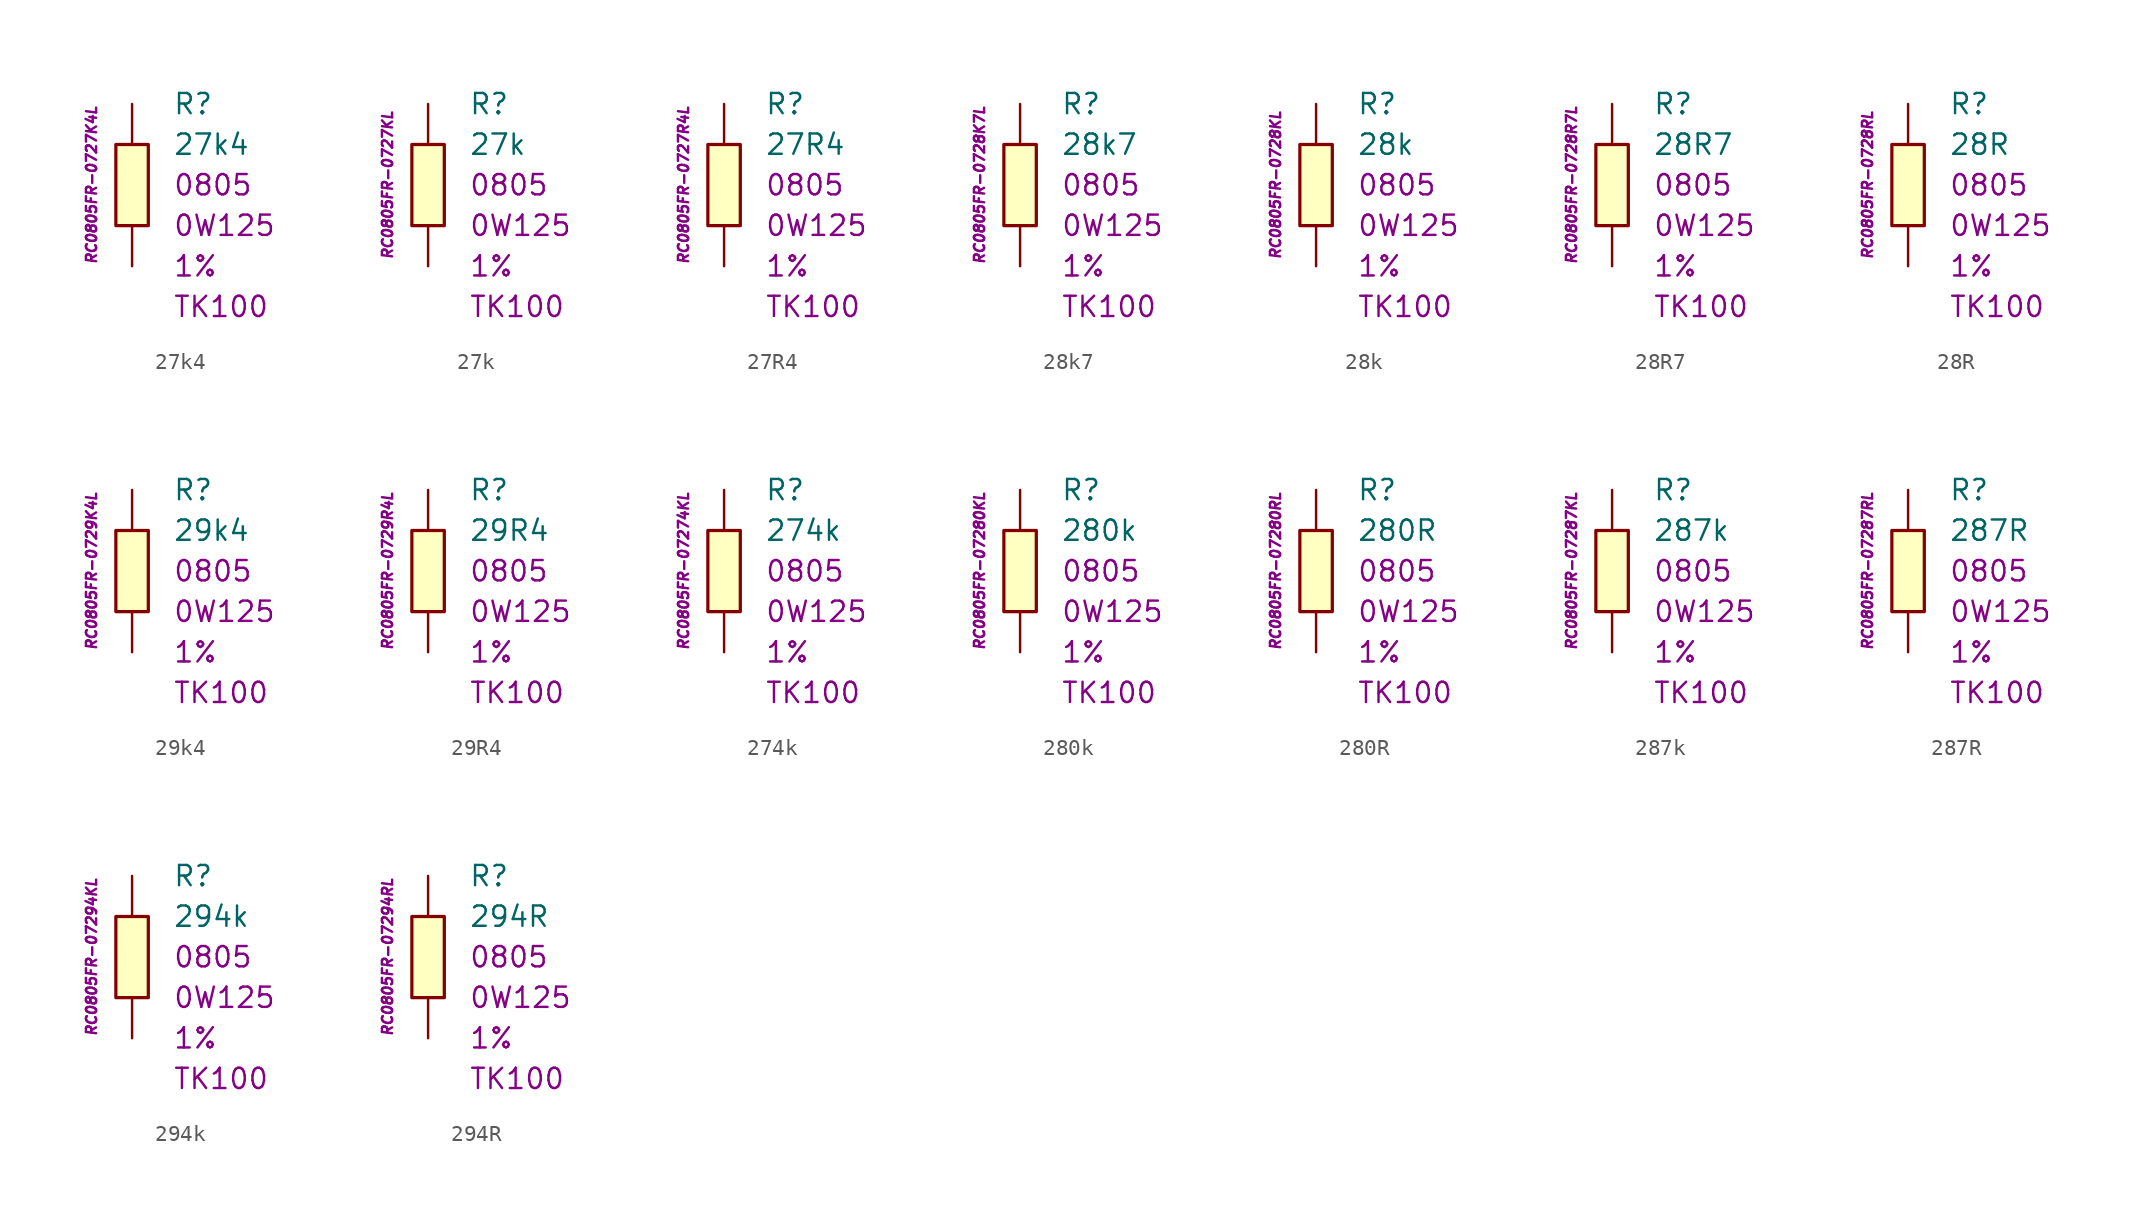
<source format=kicad_sym>
(kicad_symbol_lib
  (version 20201005)
  (generator kicad_symbol_editor)
  (symbol "27k4"
    (pin_numbers hide)
    (pin_names
      (offset 1.016) hide)
    (property "Reference" "R"
      (at 2.54 5.08 0)
      (effects (font (size 1.27 1.27)) (justify left)))
    (property "Value" "27k4"
      (at 2.54 2.54 0)
      (effects (font (size 1.27 1.27)) (justify left)))
    (property "Package" "0805"
      (at 2.54 0 0)
      (effects (font (size 1.27 1.27)) (justify left)))
    (property "Power" "0W125"
      (at 2.54 -2.54 0)
      (effects (font (size 1.27 1.27)) (justify left)))
    (property "Tolerance" "1%"
      (at 2.54 -5.08 0)
      (effects (font (size 1.27 1.27)) (justify left)))
    (property "TK" "TK100"
      (at 2.54 -7.62 0)
      (effects (font (size 1.27 1.27)) (justify left)))
    (property "ID" "RC0805FR-0727K4L"
      (at -2.54 0 90)
      (effects (font (size 0.635 0.635) italic)))
    (symbol "27k4_0_1"
      (rectangle (start -1.016 2.54) (end 1.016 -2.54) (stroke (width 0.203)) (fill (type background))))
    (symbol "27k4_1_1"
      (pin passive line (at 0 5.08 270) (length 2.54) (name "~" (effects (font (size 1.778 1.778)))) (number "1" (effects (font (size 1.778 1.778)))))
      (pin passive line (at 0 -5.08 90) (length 2.54) (name "~" (effects (font (size 1.778 1.778)))) (number "2" (effects (font (size 1.778 1.778)))))))
  (symbol "27k"
    (pin_numbers hide)
    (pin_names
      (offset 1.016) hide)
    (property "Reference" "R"
      (at 2.54 5.08 0)
      (effects (font (size 1.27 1.27)) (justify left)))
    (property "Value" "27k"
      (at 2.54 2.54 0)
      (effects (font (size 1.27 1.27)) (justify left)))
    (property "Package" "0805"
      (at 2.54 0 0)
      (effects (font (size 1.27 1.27)) (justify left)))
    (property "Power" "0W125"
      (at 2.54 -2.54 0)
      (effects (font (size 1.27 1.27)) (justify left)))
    (property "Tolerance" "1%"
      (at 2.54 -5.08 0)
      (effects (font (size 1.27 1.27)) (justify left)))
    (property "TK" "TK100"
      (at 2.54 -7.62 0)
      (effects (font (size 1.27 1.27)) (justify left)))
    (property "ID" "RC0805FR-0727KL"
      (at -2.54 0 90)
      (effects (font (size 0.635 0.635) italic)))
    (symbol "27k_0_1"
      (rectangle (start -1.016 2.54) (end 1.016 -2.54) (stroke (width 0.203)) (fill (type background))))
    (symbol "27k_1_1"
      (pin passive line (at 0 5.08 270) (length 2.54) (name "~" (effects (font (size 1.778 1.778)))) (number "1" (effects (font (size 1.778 1.778)))))
      (pin passive line (at 0 -5.08 90) (length 2.54) (name "~" (effects (font (size 1.778 1.778)))) (number "2" (effects (font (size 1.778 1.778)))))))
  (symbol "27R4"
    (pin_numbers hide)
    (pin_names
      (offset 1.016) hide)
    (property "Reference" "R"
      (at 2.54 5.08 0)
      (effects (font (size 1.27 1.27)) (justify left)))
    (property "Value" "27R4"
      (at 2.54 2.54 0)
      (effects (font (size 1.27 1.27)) (justify left)))
    (property "Package" "0805"
      (at 2.54 0 0)
      (effects (font (size 1.27 1.27)) (justify left)))
    (property "Power" "0W125"
      (at 2.54 -2.54 0)
      (effects (font (size 1.27 1.27)) (justify left)))
    (property "Tolerance" "1%"
      (at 2.54 -5.08 0)
      (effects (font (size 1.27 1.27)) (justify left)))
    (property "TK" "TK100"
      (at 2.54 -7.62 0)
      (effects (font (size 1.27 1.27)) (justify left)))
    (property "ID" "RC0805FR-0727R4L"
      (at -2.54 0 90)
      (effects (font (size 0.635 0.635) italic)))
    (symbol "27R4_0_1"
      (rectangle (start -1.016 2.54) (end 1.016 -2.54) (stroke (width 0.203)) (fill (type background))))
    (symbol "27R4_1_1"
      (pin passive line (at 0 5.08 270) (length 2.54) (name "~" (effects (font (size 1.778 1.778)))) (number "1" (effects (font (size 1.778 1.778)))))
      (pin passive line (at 0 -5.08 90) (length 2.54) (name "~" (effects (font (size 1.778 1.778)))) (number "2" (effects (font (size 1.778 1.778)))))))
  (symbol "28k7"
    (pin_numbers hide)
    (pin_names
      (offset 1.016) hide)
    (property "Reference" "R"
      (at 2.54 5.08 0)
      (effects (font (size 1.27 1.27)) (justify left)))
    (property "Value" "28k7"
      (at 2.54 2.54 0)
      (effects (font (size 1.27 1.27)) (justify left)))
    (property "Package" "0805"
      (at 2.54 0 0)
      (effects (font (size 1.27 1.27)) (justify left)))
    (property "Power" "0W125"
      (at 2.54 -2.54 0)
      (effects (font (size 1.27 1.27)) (justify left)))
    (property "Tolerance" "1%"
      (at 2.54 -5.08 0)
      (effects (font (size 1.27 1.27)) (justify left)))
    (property "TK" "TK100"
      (at 2.54 -7.62 0)
      (effects (font (size 1.27 1.27)) (justify left)))
    (property "ID" "RC0805FR-0728K7L"
      (at -2.54 0 90)
      (effects (font (size 0.635 0.635) italic)))
    (symbol "28k7_0_1"
      (rectangle (start -1.016 2.54) (end 1.016 -2.54) (stroke (width 0.203)) (fill (type background))))
    (symbol "28k7_1_1"
      (pin passive line (at 0 5.08 270) (length 2.54) (name "~" (effects (font (size 1.778 1.778)))) (number "1" (effects (font (size 1.778 1.778)))))
      (pin passive line (at 0 -5.08 90) (length 2.54) (name "~" (effects (font (size 1.778 1.778)))) (number "2" (effects (font (size 1.778 1.778)))))))
  (symbol "28k"
    (pin_numbers hide)
    (pin_names
      (offset 1.016) hide)
    (property "Reference" "R"
      (at 2.54 5.08 0)
      (effects (font (size 1.27 1.27)) (justify left)))
    (property "Value" "28k"
      (at 2.54 2.54 0)
      (effects (font (size 1.27 1.27)) (justify left)))
    (property "Package" "0805"
      (at 2.54 0 0)
      (effects (font (size 1.27 1.27)) (justify left)))
    (property "Power" "0W125"
      (at 2.54 -2.54 0)
      (effects (font (size 1.27 1.27)) (justify left)))
    (property "Tolerance" "1%"
      (at 2.54 -5.08 0)
      (effects (font (size 1.27 1.27)) (justify left)))
    (property "TK" "TK100"
      (at 2.54 -7.62 0)
      (effects (font (size 1.27 1.27)) (justify left)))
    (property "ID" "RC0805FR-0728KL"
      (at -2.54 0 90)
      (effects (font (size 0.635 0.635) italic)))
    (symbol "28k_0_1"
      (rectangle (start -1.016 2.54) (end 1.016 -2.54) (stroke (width 0.203)) (fill (type background))))
    (symbol "28k_1_1"
      (pin passive line (at 0 5.08 270) (length 2.54) (name "~" (effects (font (size 1.778 1.778)))) (number "1" (effects (font (size 1.778 1.778)))))
      (pin passive line (at 0 -5.08 90) (length 2.54) (name "~" (effects (font (size 1.778 1.778)))) (number "2" (effects (font (size 1.778 1.778)))))))
  (symbol "28R7"
    (pin_numbers hide)
    (pin_names
      (offset 1.016) hide)
    (property "Reference" "R"
      (at 2.54 5.08 0)
      (effects (font (size 1.27 1.27)) (justify left)))
    (property "Value" "28R7"
      (at 2.54 2.54 0)
      (effects (font (size 1.27 1.27)) (justify left)))
    (property "Package" "0805"
      (at 2.54 0 0)
      (effects (font (size 1.27 1.27)) (justify left)))
    (property "Power" "0W125"
      (at 2.54 -2.54 0)
      (effects (font (size 1.27 1.27)) (justify left)))
    (property "Tolerance" "1%"
      (at 2.54 -5.08 0)
      (effects (font (size 1.27 1.27)) (justify left)))
    (property "TK" "TK100"
      (at 2.54 -7.62 0)
      (effects (font (size 1.27 1.27)) (justify left)))
    (property "ID" "RC0805FR-0728R7L"
      (at -2.54 0 90)
      (effects (font (size 0.635 0.635) italic)))
    (symbol "28R7_0_1"
      (rectangle (start -1.016 2.54) (end 1.016 -2.54) (stroke (width 0.203)) (fill (type background))))
    (symbol "28R7_1_1"
      (pin passive line (at 0 5.08 270) (length 2.54) (name "~" (effects (font (size 1.778 1.778)))) (number "1" (effects (font (size 1.778 1.778)))))
      (pin passive line (at 0 -5.08 90) (length 2.54) (name "~" (effects (font (size 1.778 1.778)))) (number "2" (effects (font (size 1.778 1.778)))))))
  (symbol "28R"
    (pin_numbers hide)
    (pin_names
      (offset 1.016) hide)
    (property "Reference" "R"
      (at 2.54 5.08 0)
      (effects (font (size 1.27 1.27)) (justify left)))
    (property "Value" "28R"
      (at 2.54 2.54 0)
      (effects (font (size 1.27 1.27)) (justify left)))
    (property "Package" "0805"
      (at 2.54 0 0)
      (effects (font (size 1.27 1.27)) (justify left)))
    (property "Power" "0W125"
      (at 2.54 -2.54 0)
      (effects (font (size 1.27 1.27)) (justify left)))
    (property "Tolerance" "1%"
      (at 2.54 -5.08 0)
      (effects (font (size 1.27 1.27)) (justify left)))
    (property "TK" "TK100"
      (at 2.54 -7.62 0)
      (effects (font (size 1.27 1.27)) (justify left)))
    (property "ID" "RC0805FR-0728RL"
      (at -2.54 0 90)
      (effects (font (size 0.635 0.635) italic)))
    (symbol "28R_0_1"
      (rectangle (start -1.016 2.54) (end 1.016 -2.54) (stroke (width 0.203)) (fill (type background))))
    (symbol "28R_1_1"
      (pin passive line (at 0 5.08 270) (length 2.54) (name "~" (effects (font (size 1.778 1.778)))) (number "1" (effects (font (size 1.778 1.778)))))
      (pin passive line (at 0 -5.08 90) (length 2.54) (name "~" (effects (font (size 1.778 1.778)))) (number "2" (effects (font (size 1.778 1.778)))))))
  (symbol "29k4"
    (pin_numbers hide)
    (pin_names
      (offset 1.016) hide)
    (property "Reference" "R"
      (at 2.54 5.08 0)
      (effects (font (size 1.27 1.27)) (justify left)))
    (property "Value" "29k4"
      (at 2.54 2.54 0)
      (effects (font (size 1.27 1.27)) (justify left)))
    (property "Package" "0805"
      (at 2.54 0 0)
      (effects (font (size 1.27 1.27)) (justify left)))
    (property "Power" "0W125"
      (at 2.54 -2.54 0)
      (effects (font (size 1.27 1.27)) (justify left)))
    (property "Tolerance" "1%"
      (at 2.54 -5.08 0)
      (effects (font (size 1.27 1.27)) (justify left)))
    (property "TK" "TK100"
      (at 2.54 -7.62 0)
      (effects (font (size 1.27 1.27)) (justify left)))
    (property "ID" "RC0805FR-0729K4L"
      (at -2.54 0 90)
      (effects (font (size 0.635 0.635) italic)))
    (symbol "29k4_0_1"
      (rectangle (start -1.016 2.54) (end 1.016 -2.54) (stroke (width 0.203)) (fill (type background))))
    (symbol "29k4_1_1"
      (pin passive line (at 0 5.08 270) (length 2.54) (name "~" (effects (font (size 1.778 1.778)))) (number "1" (effects (font (size 1.778 1.778)))))
      (pin passive line (at 0 -5.08 90) (length 2.54) (name "~" (effects (font (size 1.778 1.778)))) (number "2" (effects (font (size 1.778 1.778)))))))
  (symbol "29R4"
    (pin_numbers hide)
    (pin_names
      (offset 1.016) hide)
    (property "Reference" "R"
      (at 2.54 5.08 0)
      (effects (font (size 1.27 1.27)) (justify left)))
    (property "Value" "29R4"
      (at 2.54 2.54 0)
      (effects (font (size 1.27 1.27)) (justify left)))
    (property "Package" "0805"
      (at 2.54 0 0)
      (effects (font (size 1.27 1.27)) (justify left)))
    (property "Power" "0W125"
      (at 2.54 -2.54 0)
      (effects (font (size 1.27 1.27)) (justify left)))
    (property "Tolerance" "1%"
      (at 2.54 -5.08 0)
      (effects (font (size 1.27 1.27)) (justify left)))
    (property "TK" "TK100"
      (at 2.54 -7.62 0)
      (effects (font (size 1.27 1.27)) (justify left)))
    (property "ID" "RC0805FR-0729R4L"
      (at -2.54 0 90)
      (effects (font (size 0.635 0.635) italic)))
    (symbol "29R4_0_1"
      (rectangle (start -1.016 2.54) (end 1.016 -2.54) (stroke (width 0.203)) (fill (type background))))
    (symbol "29R4_1_1"
      (pin passive line (at 0 5.08 270) (length 2.54) (name "~" (effects (font (size 1.778 1.778)))) (number "1" (effects (font (size 1.778 1.778)))))
      (pin passive line (at 0 -5.08 90) (length 2.54) (name "~" (effects (font (size 1.778 1.778)))) (number "2" (effects (font (size 1.778 1.778)))))))
  (symbol "274k"
    (pin_numbers hide)
    (pin_names
      (offset 1.016) hide)
    (property "Reference" "R"
      (at 2.54 5.08 0)
      (effects (font (size 1.27 1.27)) (justify left)))
    (property "Value" "274k"
      (at 2.54 2.54 0)
      (effects (font (size 1.27 1.27)) (justify left)))
    (property "Package" "0805"
      (at 2.54 0 0)
      (effects (font (size 1.27 1.27)) (justify left)))
    (property "Power" "0W125"
      (at 2.54 -2.54 0)
      (effects (font (size 1.27 1.27)) (justify left)))
    (property "Tolerance" "1%"
      (at 2.54 -5.08 0)
      (effects (font (size 1.27 1.27)) (justify left)))
    (property "TK" "TK100"
      (at 2.54 -7.62 0)
      (effects (font (size 1.27 1.27)) (justify left)))
    (property "ID" "RC0805FR-07274KL"
      (at -2.54 0 90)
      (effects (font (size 0.635 0.635) italic)))
    (symbol "274k_0_1"
      (rectangle (start -1.016 2.54) (end 1.016 -2.54) (stroke (width 0.203)) (fill (type background))))
    (symbol "274k_1_1"
      (pin passive line (at 0 5.08 270) (length 2.54) (name "~" (effects (font (size 1.778 1.778)))) (number "1" (effects (font (size 1.778 1.778)))))
      (pin passive line (at 0 -5.08 90) (length 2.54) (name "~" (effects (font (size 1.778 1.778)))) (number "2" (effects (font (size 1.778 1.778)))))))
  (symbol "280k"
    (pin_numbers hide)
    (pin_names
      (offset 1.016) hide)
    (property "Reference" "R"
      (at 2.54 5.08 0)
      (effects (font (size 1.27 1.27)) (justify left)))
    (property "Value" "280k"
      (at 2.54 2.54 0)
      (effects (font (size 1.27 1.27)) (justify left)))
    (property "Package" "0805"
      (at 2.54 0 0)
      (effects (font (size 1.27 1.27)) (justify left)))
    (property "Power" "0W125"
      (at 2.54 -2.54 0)
      (effects (font (size 1.27 1.27)) (justify left)))
    (property "Tolerance" "1%"
      (at 2.54 -5.08 0)
      (effects (font (size 1.27 1.27)) (justify left)))
    (property "TK" "TK100"
      (at 2.54 -7.62 0)
      (effects (font (size 1.27 1.27)) (justify left)))
    (property "ID" "RC0805FR-07280KL"
      (at -2.54 0 90)
      (effects (font (size 0.635 0.635) italic)))
    (symbol "280k_0_1"
      (rectangle (start -1.016 2.54) (end 1.016 -2.54) (stroke (width 0.203)) (fill (type background))))
    (symbol "280k_1_1"
      (pin passive line (at 0 5.08 270) (length 2.54) (name "~" (effects (font (size 1.778 1.778)))) (number "1" (effects (font (size 1.778 1.778)))))
      (pin passive line (at 0 -5.08 90) (length 2.54) (name "~" (effects (font (size 1.778 1.778)))) (number "2" (effects (font (size 1.778 1.778)))))))
  (symbol "280R"
    (pin_numbers hide)
    (pin_names
      (offset 1.016) hide)
    (property "Reference" "R"
      (at 2.54 5.08 0)
      (effects (font (size 1.27 1.27)) (justify left)))
    (property "Value" "280R"
      (at 2.54 2.54 0)
      (effects (font (size 1.27 1.27)) (justify left)))
    (property "Package" "0805"
      (at 2.54 0 0)
      (effects (font (size 1.27 1.27)) (justify left)))
    (property "Power" "0W125"
      (at 2.54 -2.54 0)
      (effects (font (size 1.27 1.27)) (justify left)))
    (property "Tolerance" "1%"
      (at 2.54 -5.08 0)
      (effects (font (size 1.27 1.27)) (justify left)))
    (property "TK" "TK100"
      (at 2.54 -7.62 0)
      (effects (font (size 1.27 1.27)) (justify left)))
    (property "ID" "RC0805FR-07280RL"
      (at -2.54 0 90)
      (effects (font (size 0.635 0.635) italic)))
    (symbol "280R_0_1"
      (rectangle (start -1.016 2.54) (end 1.016 -2.54) (stroke (width 0.203)) (fill (type background))))
    (symbol "280R_1_1"
      (pin passive line (at 0 5.08 270) (length 2.54) (name "~" (effects (font (size 1.778 1.778)))) (number "1" (effects (font (size 1.778 1.778)))))
      (pin passive line (at 0 -5.08 90) (length 2.54) (name "~" (effects (font (size 1.778 1.778)))) (number "2" (effects (font (size 1.778 1.778)))))))
  (symbol "287k"
    (pin_numbers hide)
    (pin_names
      (offset 1.016) hide)
    (property "Reference" "R"
      (at 2.54 5.08 0)
      (effects (font (size 1.27 1.27)) (justify left)))
    (property "Value" "287k"
      (at 2.54 2.54 0)
      (effects (font (size 1.27 1.27)) (justify left)))
    (property "Package" "0805"
      (at 2.54 0 0)
      (effects (font (size 1.27 1.27)) (justify left)))
    (property "Power" "0W125"
      (at 2.54 -2.54 0)
      (effects (font (size 1.27 1.27)) (justify left)))
    (property "Tolerance" "1%"
      (at 2.54 -5.08 0)
      (effects (font (size 1.27 1.27)) (justify left)))
    (property "TK" "TK100"
      (at 2.54 -7.62 0)
      (effects (font (size 1.27 1.27)) (justify left)))
    (property "ID" "RC0805FR-07287KL"
      (at -2.54 0 90)
      (effects (font (size 0.635 0.635) italic)))
    (symbol "287k_0_1"
      (rectangle (start -1.016 2.54) (end 1.016 -2.54) (stroke (width 0.203)) (fill (type background))))
    (symbol "287k_1_1"
      (pin passive line (at 0 5.08 270) (length 2.54) (name "~" (effects (font (size 1.778 1.778)))) (number "1" (effects (font (size 1.778 1.778)))))
      (pin passive line (at 0 -5.08 90) (length 2.54) (name "~" (effects (font (size 1.778 1.778)))) (number "2" (effects (font (size 1.778 1.778)))))))
  (symbol "287R"
    (pin_numbers hide)
    (pin_names
      (offset 1.016) hide)
    (property "Reference" "R"
      (at 2.54 5.08 0)
      (effects (font (size 1.27 1.27)) (justify left)))
    (property "Value" "287R"
      (at 2.54 2.54 0)
      (effects (font (size 1.27 1.27)) (justify left)))
    (property "Package" "0805"
      (at 2.54 0 0)
      (effects (font (size 1.27 1.27)) (justify left)))
    (property "Power" "0W125"
      (at 2.54 -2.54 0)
      (effects (font (size 1.27 1.27)) (justify left)))
    (property "Tolerance" "1%"
      (at 2.54 -5.08 0)
      (effects (font (size 1.27 1.27)) (justify left)))
    (property "TK" "TK100"
      (at 2.54 -7.62 0)
      (effects (font (size 1.27 1.27)) (justify left)))
    (property "ID" "RC0805FR-07287RL"
      (at -2.54 0 90)
      (effects (font (size 0.635 0.635) italic)))
    (symbol "287R_0_1"
      (rectangle (start -1.016 2.54) (end 1.016 -2.54) (stroke (width 0.203)) (fill (type background))))
    (symbol "287R_1_1"
      (pin passive line (at 0 5.08 270) (length 2.54) (name "~" (effects (font (size 1.778 1.778)))) (number "1" (effects (font (size 1.778 1.778)))))
      (pin passive line (at 0 -5.08 90) (length 2.54) (name "~" (effects (font (size 1.778 1.778)))) (number "2" (effects (font (size 1.778 1.778)))))))
  (symbol "294k"
    (pin_numbers hide)
    (pin_names
      (offset 1.016) hide)
    (property "Reference" "R"
      (at 2.54 5.08 0)
      (effects (font (size 1.27 1.27)) (justify left)))
    (property "Value" "294k"
      (at 2.54 2.54 0)
      (effects (font (size 1.27 1.27)) (justify left)))
    (property "Package" "0805"
      (at 2.54 0 0)
      (effects (font (size 1.27 1.27)) (justify left)))
    (property "Power" "0W125"
      (at 2.54 -2.54 0)
      (effects (font (size 1.27 1.27)) (justify left)))
    (property "Tolerance" "1%"
      (at 2.54 -5.08 0)
      (effects (font (size 1.27 1.27)) (justify left)))
    (property "TK" "TK100"
      (at 2.54 -7.62 0)
      (effects (font (size 1.27 1.27)) (justify left)))
    (property "ID" "RC0805FR-07294KL"
      (at -2.54 0 90)
      (effects (font (size 0.635 0.635) italic)))
    (symbol "294k_0_1"
      (rectangle (start -1.016 2.54) (end 1.016 -2.54) (stroke (width 0.203)) (fill (type background))))
    (symbol "294k_1_1"
      (pin passive line (at 0 5.08 270) (length 2.54) (name "~" (effects (font (size 1.778 1.778)))) (number "1" (effects (font (size 1.778 1.778)))))
      (pin passive line (at 0 -5.08 90) (length 2.54) (name "~" (effects (font (size 1.778 1.778)))) (number "2" (effects (font (size 1.778 1.778)))))))
  (symbol "294R"
    (pin_numbers hide)
    (pin_names
      (offset 1.016) hide)
    (property "Reference" "R"
      (at 2.54 5.08 0)
      (effects (font (size 1.27 1.27)) (justify left)))
    (property "Value" "294R"
      (at 2.54 2.54 0)
      (effects (font (size 1.27 1.27)) (justify left)))
    (property "Package" "0805"
      (at 2.54 0 0)
      (effects (font (size 1.27 1.27)) (justify left)))
    (property "Power" "0W125"
      (at 2.54 -2.54 0)
      (effects (font (size 1.27 1.27)) (justify left)))
    (property "Tolerance" "1%"
      (at 2.54 -5.08 0)
      (effects (font (size 1.27 1.27)) (justify left)))
    (property "TK" "TK100"
      (at 2.54 -7.62 0)
      (effects (font (size 1.27 1.27)) (justify left)))
    (property "ID" "RC0805FR-07294RL"
      (at -2.54 0 90)
      (effects (font (size 0.635 0.635) italic)))
    (symbol "294R_0_1"
      (rectangle (start -1.016 2.54) (end 1.016 -2.54) (stroke (width 0.203)) (fill (type background))))
    (symbol "294R_1_1"
      (pin passive line (at 0 5.08 270) (length 2.54) (name "~" (effects (font (size 1.778 1.778)))) (number "1" (effects (font (size 1.778 1.778)))))
      (pin passive line (at 0 -5.08 90) (length 2.54) (name "~" (effects (font (size 1.778 1.778)))) (number "2" (effects (font (size 1.778 1.778))))))))
</source>
